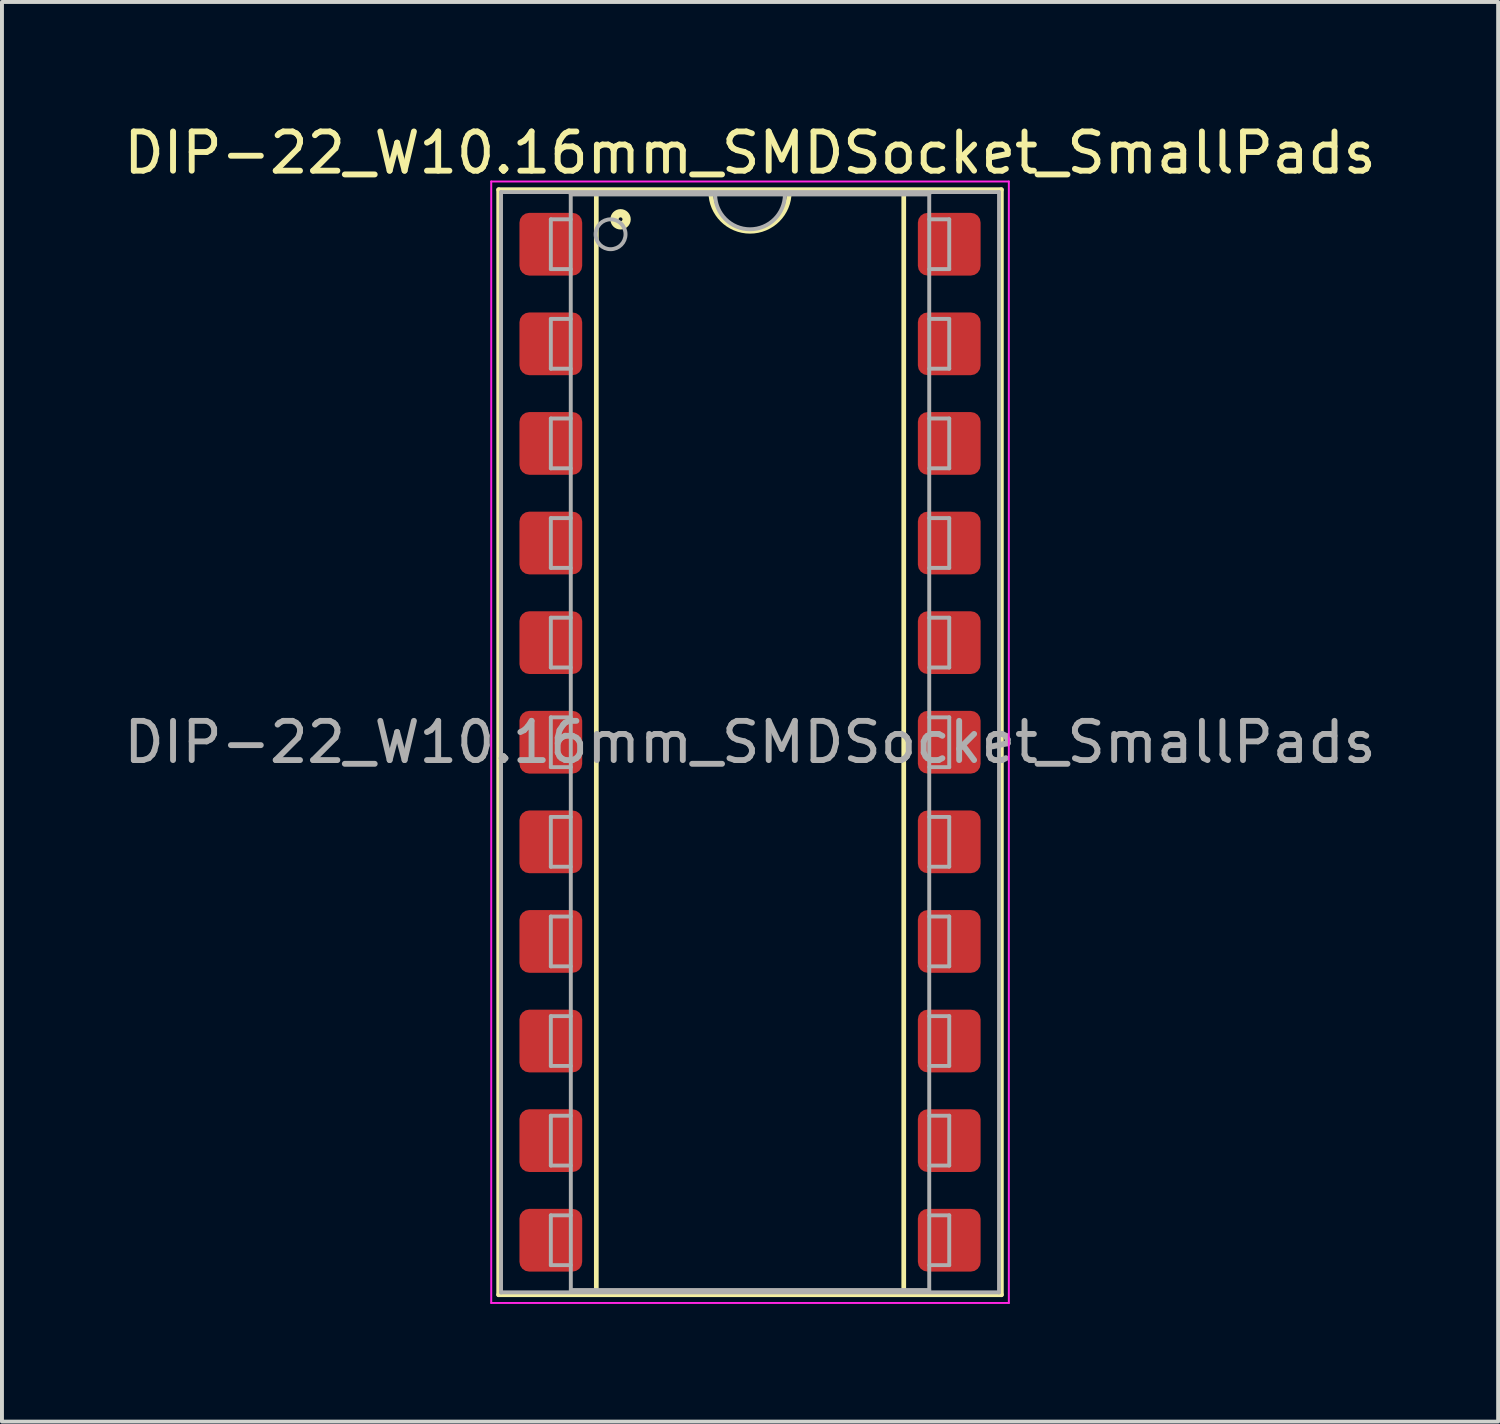
<source format=kicad_pcb>
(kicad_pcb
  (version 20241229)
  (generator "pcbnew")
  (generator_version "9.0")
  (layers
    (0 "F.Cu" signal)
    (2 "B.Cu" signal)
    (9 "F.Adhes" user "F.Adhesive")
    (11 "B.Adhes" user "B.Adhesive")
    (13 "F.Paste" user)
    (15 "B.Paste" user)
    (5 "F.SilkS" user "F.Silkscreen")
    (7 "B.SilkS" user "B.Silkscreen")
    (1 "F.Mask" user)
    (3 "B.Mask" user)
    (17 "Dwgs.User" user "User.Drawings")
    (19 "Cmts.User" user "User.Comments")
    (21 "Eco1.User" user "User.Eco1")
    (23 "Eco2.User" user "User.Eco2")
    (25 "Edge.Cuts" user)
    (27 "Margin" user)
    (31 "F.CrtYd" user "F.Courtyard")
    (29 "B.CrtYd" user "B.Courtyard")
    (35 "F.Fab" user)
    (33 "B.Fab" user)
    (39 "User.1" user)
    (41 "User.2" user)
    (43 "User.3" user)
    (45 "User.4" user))
  (footprint "DIP-22_W10.16mm_SMDSocket_SmallPads"
    (layer "F.Cu")
    (at 16.077 15.878)
    (property "Reference" "DIP-22_W10.16mm_SMDSocket_SmallPads" (at 0 -15.03 0) (layer "F.SilkS") (effects (font (size 1 1) (thickness 0.15))))
    (attr smd)
    (fp_line (start -6.41 -14.09) (end -6.41 14.09) (stroke (width 0.12) (type solid)) (layer "F.SilkS"))
    (fp_line (start -6.41 14.09) (end 6.41 14.09) (stroke (width 0.12) (type solid)) (layer "F.SilkS"))
    (fp_line (start -3.92 -14.03) (end -3.92 14.03) (stroke (width 0.12) (type solid)) (layer "F.SilkS"))
    (fp_line (start -3.92 14.03) (end 3.92 14.03) (stroke (width 0.12) (type solid)) (layer "F.SilkS"))
    (fp_line (start -1 -14.03) (end -3.92 -14.03) (stroke (width 0.12) (type solid)) (layer "F.SilkS"))
    (fp_line (start 3.92 -14.03) (end 1 -14.03) (stroke (width 0.12) (type solid)) (layer "F.SilkS"))
    (fp_line (start 3.92 14.03) (end 3.92 -14.03) (stroke (width 0.12) (type solid)) (layer "F.SilkS"))
    (fp_line (start 6.41 -14.09) (end -6.41 -14.09) (stroke (width 0.12) (type solid)) (layer "F.SilkS"))
    (fp_line (start 6.41 14.09) (end 6.41 -14.09) (stroke (width 0.12) (type solid)) (layer "F.SilkS"))
    (fp_arc (start 1 -14.03) (mid 0 -13.03) (end -1 -14.03) (stroke (width 0.12) (type solid)) (layer "F.SilkS"))
    (fp_circle (center -3.302 -13.335) (end -3.252 -13.335) (stroke (width 0.12) (type solid)) (fill no) (layer "F.SilkS"))
    (fp_circle (center -3.302 -13.335) (end -3.177 -13.335) (stroke (width 0.12) (type solid)) (fill no) (layer "F.SilkS"))
    (fp_circle (center -3.302 -13.335) (end -3.102 -13.335) (stroke (width 0.12) (type solid)) (fill no) (layer "F.SilkS"))
    (fp_line (start -6.6 -14.3) (end -6.6 14.3) (stroke (width 0.05) (type solid)) (layer "F.CrtYd"))
    (fp_line (start -6.6 14.3) (end 6.6 14.3) (stroke (width 0.05) (type solid)) (layer "F.CrtYd"))
    (fp_line (start 6.6 -14.3) (end -6.6 -14.3) (stroke (width 0.05) (type solid)) (layer "F.CrtYd"))
    (fp_line (start 6.6 14.3) (end 6.6 -14.3) (stroke (width 0.05) (type solid)) (layer "F.CrtYd"))
    (fp_line (start -6.35 -14.03) (end -6.35 14.03) (stroke (width 0.1) (type solid)) (layer "F.Fab"))
    (fp_line (start -6.35 14.03) (end 6.35 14.03) (stroke (width 0.1) (type solid)) (layer "F.Fab"))
    (fp_line (start -5.08 -13.335) (end -5.08 -12.065) (stroke (width 0.1) (type solid)) (layer "F.Fab"))
    (fp_line (start -5.08 -13.335) (end -4.572 -13.335) (stroke (width 0.1) (type solid)) (layer "F.Fab"))
    (fp_line (start -5.08 -12.065) (end -4.572 -12.065) (stroke (width 0.1) (type solid)) (layer "F.Fab"))
    (fp_line (start -5.08 -10.795) (end -5.08 -9.525) (stroke (width 0.1) (type solid)) (layer "F.Fab"))
    (fp_line (start -5.08 -10.795) (end -4.572 -10.795) (stroke (width 0.1) (type solid)) (layer "F.Fab"))
    (fp_line (start -5.08 -9.525) (end -4.572 -9.525) (stroke (width 0.1) (type solid)) (layer "F.Fab"))
    (fp_line (start -5.08 -8.255) (end -5.08 -6.985) (stroke (width 0.1) (type solid)) (layer "F.Fab"))
    (fp_line (start -5.08 -8.255) (end -4.572 -8.255) (stroke (width 0.1) (type solid)) (layer "F.Fab"))
    (fp_line (start -5.08 -6.985) (end -4.572 -6.985) (stroke (width 0.1) (type solid)) (layer "F.Fab"))
    (fp_line (start -5.08 -5.715) (end -5.08 -4.445) (stroke (width 0.1) (type solid)) (layer "F.Fab"))
    (fp_line (start -5.08 -5.715) (end -4.572 -5.715) (stroke (width 0.1) (type solid)) (layer "F.Fab"))
    (fp_line (start -5.08 -4.445) (end -4.572 -4.445) (stroke (width 0.1) (type solid)) (layer "F.Fab"))
    (fp_line (start -5.08 -3.175) (end -5.08 -1.905) (stroke (width 0.1) (type solid)) (layer "F.Fab"))
    (fp_line (start -5.08 -3.175) (end -4.572 -3.175) (stroke (width 0.1) (type solid)) (layer "F.Fab"))
    (fp_line (start -5.08 -1.905) (end -4.572 -1.905) (stroke (width 0.1) (type solid)) (layer "F.Fab"))
    (fp_line (start -5.08 -0.635) (end -5.08 0.635) (stroke (width 0.1) (type solid)) (layer "F.Fab"))
    (fp_line (start -5.08 -0.635) (end -4.572 -0.635) (stroke (width 0.1) (type solid)) (layer "F.Fab"))
    (fp_line (start -5.08 0.635) (end -4.572 0.635) (stroke (width 0.1) (type solid)) (layer "F.Fab"))
    (fp_line (start -5.08 1.905) (end -5.08 3.175) (stroke (width 0.1) (type solid)) (layer "F.Fab"))
    (fp_line (start -5.08 1.905) (end -4.572 1.905) (stroke (width 0.1) (type solid)) (layer "F.Fab"))
    (fp_line (start -5.08 3.175) (end -4.572 3.175) (stroke (width 0.1) (type solid)) (layer "F.Fab"))
    (fp_line (start -5.08 4.445) (end -5.08 5.715) (stroke (width 0.1) (type solid)) (layer "F.Fab"))
    (fp_line (start -5.08 4.445) (end -4.572 4.445) (stroke (width 0.1) (type solid)) (layer "F.Fab"))
    (fp_line (start -5.08 5.715) (end -4.572 5.715) (stroke (width 0.1) (type solid)) (layer "F.Fab"))
    (fp_line (start -5.08 6.985) (end -5.08 8.255) (stroke (width 0.1) (type solid)) (layer "F.Fab"))
    (fp_line (start -5.08 6.985) (end -4.572 6.985) (stroke (width 0.1) (type solid)) (layer "F.Fab"))
    (fp_line (start -5.08 8.255) (end -4.572 8.255) (stroke (width 0.1) (type solid)) (layer "F.Fab"))
    (fp_line (start -5.08 9.525) (end -5.08 10.795) (stroke (width 0.1) (type solid)) (layer "F.Fab"))
    (fp_line (start -5.08 9.525) (end -4.572 9.525) (stroke (width 0.1) (type solid)) (layer "F.Fab"))
    (fp_line (start -5.08 10.795) (end -4.572 10.795) (stroke (width 0.1) (type solid)) (layer "F.Fab"))
    (fp_line (start -5.08 12.065) (end -5.08 13.335) (stroke (width 0.1) (type solid)) (layer "F.Fab"))
    (fp_line (start -5.08 12.065) (end -4.572 12.065) (stroke (width 0.1) (type solid)) (layer "F.Fab"))
    (fp_line (start -5.08 13.335) (end -4.572 13.335) (stroke (width 0.1) (type solid)) (layer "F.Fab"))
    (fp_line (start -4.572 -13.97) (end 4.57 -13.97) (stroke (width 0.1) (type solid)) (layer "F.Fab"))
    (fp_line (start -4.57 13.97) (end -4.572 -13.97) (stroke (width 0.1) (type solid)) (layer "F.Fab"))
    (fp_line (start 4.57 -13.97) (end 4.57 13.97) (stroke (width 0.1) (type solid)) (layer "F.Fab"))
    (fp_line (start 4.57 13.97) (end -4.57 13.97) (stroke (width 0.1) (type solid)) (layer "F.Fab"))
    (fp_line (start 5.08 -13.335) (end 4.572 -13.335) (stroke (width 0.1) (type solid)) (layer "F.Fab"))
    (fp_line (start 5.08 -12.065) (end 4.572 -12.065) (stroke (width 0.1) (type solid)) (layer "F.Fab"))
    (fp_line (start 5.08 -12.065) (end 5.08 -13.335) (stroke (width 0.1) (type solid)) (layer "F.Fab"))
    (fp_line (start 5.08 -10.795) (end 4.572 -10.795) (stroke (width 0.1) (type solid)) (layer "F.Fab"))
    (fp_line (start 5.08 -9.525) (end 4.572 -9.525) (stroke (width 0.1) (type solid)) (layer "F.Fab"))
    (fp_line (start 5.08 -9.525) (end 5.08 -10.795) (stroke (width 0.1) (type solid)) (layer "F.Fab"))
    (fp_line (start 5.08 -8.255) (end 4.572 -8.255) (stroke (width 0.1) (type solid)) (layer "F.Fab"))
    (fp_line (start 5.08 -6.985) (end 4.572 -6.985) (stroke (width 0.1) (type solid)) (layer "F.Fab"))
    (fp_line (start 5.08 -6.985) (end 5.08 -8.255) (stroke (width 0.1) (type solid)) (layer "F.Fab"))
    (fp_line (start 5.08 -5.715) (end 4.572 -5.715) (stroke (width 0.1) (type solid)) (layer "F.Fab"))
    (fp_line (start 5.08 -4.445) (end 4.572 -4.445) (stroke (width 0.1) (type solid)) (layer "F.Fab"))
    (fp_line (start 5.08 -4.445) (end 5.08 -5.715) (stroke (width 0.1) (type solid)) (layer "F.Fab"))
    (fp_line (start 5.08 -3.175) (end 4.572 -3.175) (stroke (width 0.1) (type solid)) (layer "F.Fab"))
    (fp_line (start 5.08 -1.905) (end 4.572 -1.905) (stroke (width 0.1) (type solid)) (layer "F.Fab"))
    (fp_line (start 5.08 -1.905) (end 5.08 -3.175) (stroke (width 0.1) (type solid)) (layer "F.Fab"))
    (fp_line (start 5.08 -0.635) (end 4.572 -0.635) (stroke (width 0.1) (type solid)) (layer "F.Fab"))
    (fp_line (start 5.08 0.635) (end 4.572 0.635) (stroke (width 0.1) (type solid)) (layer "F.Fab"))
    (fp_line (start 5.08 0.635) (end 5.08 -0.635) (stroke (width 0.1) (type solid)) (layer "F.Fab"))
    (fp_line (start 5.08 1.905) (end 4.572 1.905) (stroke (width 0.1) (type solid)) (layer "F.Fab"))
    (fp_line (start 5.08 3.175) (end 4.572 3.175) (stroke (width 0.1) (type solid)) (layer "F.Fab"))
    (fp_line (start 5.08 3.175) (end 5.08 1.905) (stroke (width 0.1) (type solid)) (layer "F.Fab"))
    (fp_line (start 5.08 4.445) (end 4.572 4.445) (stroke (width 0.1) (type solid)) (layer "F.Fab"))
    (fp_line (start 5.08 5.715) (end 4.572 5.715) (stroke (width 0.1) (type solid)) (layer "F.Fab"))
    (fp_line (start 5.08 5.715) (end 5.08 4.445) (stroke (width 0.1) (type solid)) (layer "F.Fab"))
    (fp_line (start 5.08 6.985) (end 4.572 6.985) (stroke (width 0.1) (type solid)) (layer "F.Fab"))
    (fp_line (start 5.08 8.255) (end 4.572 8.255) (stroke (width 0.1) (type solid)) (layer "F.Fab"))
    (fp_line (start 5.08 8.255) (end 5.08 6.985) (stroke (width 0.1) (type solid)) (layer "F.Fab"))
    (fp_line (start 5.08 9.525) (end 4.572 9.525) (stroke (width 0.1) (type solid)) (layer "F.Fab"))
    (fp_line (start 5.08 10.795) (end 4.572 10.795) (stroke (width 0.1) (type solid)) (layer "F.Fab"))
    (fp_line (start 5.08 10.795) (end 5.08 9.525) (stroke (width 0.1) (type solid)) (layer "F.Fab"))
    (fp_line (start 5.08 12.065) (end 4.572 12.065) (stroke (width 0.1) (type solid)) (layer "F.Fab"))
    (fp_line (start 5.08 13.335) (end 4.572 13.335) (stroke (width 0.1) (type solid)) (layer "F.Fab"))
    (fp_line (start 5.08 13.335) (end 5.08 12.065) (stroke (width 0.1) (type solid)) (layer "F.Fab"))
    (fp_line (start 6.35 -14.03) (end -6.35 -14.03) (stroke (width 0.1) (type solid)) (layer "F.Fab"))
    (fp_line (start 6.35 14.03) (end 6.35 -14.03) (stroke (width 0.1) (type solid)) (layer "F.Fab"))
    (fp_arc (start 0.889 -13.97) (mid 0 -13.081) (end -0.889 -13.97) (stroke (width 0.1) (type solid)) (layer "F.Fab"))
    (fp_circle (center -3.556 -12.954) (end -3.175 -12.954) (stroke (width 0.1) (type solid)) (fill no) (layer "F.Fab"))
    (fp_text user "${REFERENCE}" (at 0 0 0) (layer "F.Fab") (effects (font (size 1 1) (thickness 0.15))))
    (pad "1" smd roundrect (at -5.08 -12.7) (size 1.6 1.6) (layers "F.Cu" "F.Mask" "F.Paste") (roundrect_rratio 0.156))
    (pad "2" smd roundrect (at -5.08 -10.16) (size 1.6 1.6) (layers "F.Cu" "F.Mask" "F.Paste") (roundrect_rratio 0.156))
    (pad "3" smd roundrect (at -5.08 -7.62) (size 1.6 1.6) (layers "F.Cu" "F.Mask" "F.Paste") (roundrect_rratio 0.156))
    (pad "4" smd roundrect (at -5.08 -5.08) (size 1.6 1.6) (layers "F.Cu" "F.Mask" "F.Paste") (roundrect_rratio 0.156))
    (pad "5" smd roundrect (at -5.08 -2.54) (size 1.6 1.6) (layers "F.Cu" "F.Mask" "F.Paste") (roundrect_rratio 0.156))
    (pad "6" smd roundrect (at -5.08 0) (size 1.6 1.6) (layers "F.Cu" "F.Mask" "F.Paste") (roundrect_rratio 0.156))
    (pad "7" smd roundrect (at -5.08 2.54) (size 1.6 1.6) (layers "F.Cu" "F.Mask" "F.Paste") (roundrect_rratio 0.156))
    (pad "8" smd roundrect (at -5.08 5.08) (size 1.6 1.6) (layers "F.Cu" "F.Mask" "F.Paste") (roundrect_rratio 0.156))
    (pad "9" smd roundrect (at -5.08 7.62) (size 1.6 1.6) (layers "F.Cu" "F.Mask" "F.Paste") (roundrect_rratio 0.156))
    (pad "10" smd roundrect (at -5.08 10.16) (size 1.6 1.6) (layers "F.Cu" "F.Mask" "F.Paste") (roundrect_rratio 0.156))
    (pad "11" smd roundrect (at -5.08 12.7) (size 1.6 1.6) (layers "F.Cu" "F.Mask" "F.Paste") (roundrect_rratio 0.156))
    (pad "12" smd roundrect (at 5.08 12.7) (size 1.6 1.6) (layers "F.Cu" "F.Mask" "F.Paste") (roundrect_rratio 0.156))
    (pad "13" smd roundrect (at 5.08 10.16) (size 1.6 1.6) (layers "F.Cu" "F.Mask" "F.Paste") (roundrect_rratio 0.156))
    (pad "14" smd roundrect (at 5.08 7.62) (size 1.6 1.6) (layers "F.Cu" "F.Mask" "F.Paste") (roundrect_rratio 0.156))
    (pad "15" smd roundrect (at 5.08 5.08) (size 1.6 1.6) (layers "F.Cu" "F.Mask" "F.Paste") (roundrect_rratio 0.156))
    (pad "16" smd roundrect (at 5.08 2.54) (size 1.6 1.6) (layers "F.Cu" "F.Mask" "F.Paste") (roundrect_rratio 0.156))
    (pad "17" smd roundrect (at 5.08 0) (size 1.6 1.6) (layers "F.Cu" "F.Mask" "F.Paste") (roundrect_rratio 0.156))
    (pad "18" smd roundrect (at 5.08 -2.54) (size 1.6 1.6) (layers "F.Cu" "F.Mask" "F.Paste") (roundrect_rratio 0.156))
    (pad "19" smd roundrect (at 5.08 -5.08) (size 1.6 1.6) (layers "F.Cu" "F.Mask" "F.Paste") (roundrect_rratio 0.156))
    (pad "20" smd roundrect (at 5.08 -7.62) (size 1.6 1.6) (layers "F.Cu" "F.Mask" "F.Paste") (roundrect_rratio 0.156))
    (pad "21" smd roundrect (at 5.08 -10.16) (size 1.6 1.6) (layers "F.Cu" "F.Mask" "F.Paste") (roundrect_rratio 0.156))
    (pad "22" smd roundrect (at 5.08 -12.7) (size 1.6 1.6) (layers "F.Cu" "F.Mask" "F.Paste") (roundrect_rratio 0.156)))
  (gr_rect
    (start -3 -3)
    (end 35.155 33.203)
    (stroke (width 0.1) (type default))
    (fill no)
    (layer "Edge.Cuts")))
</source>
